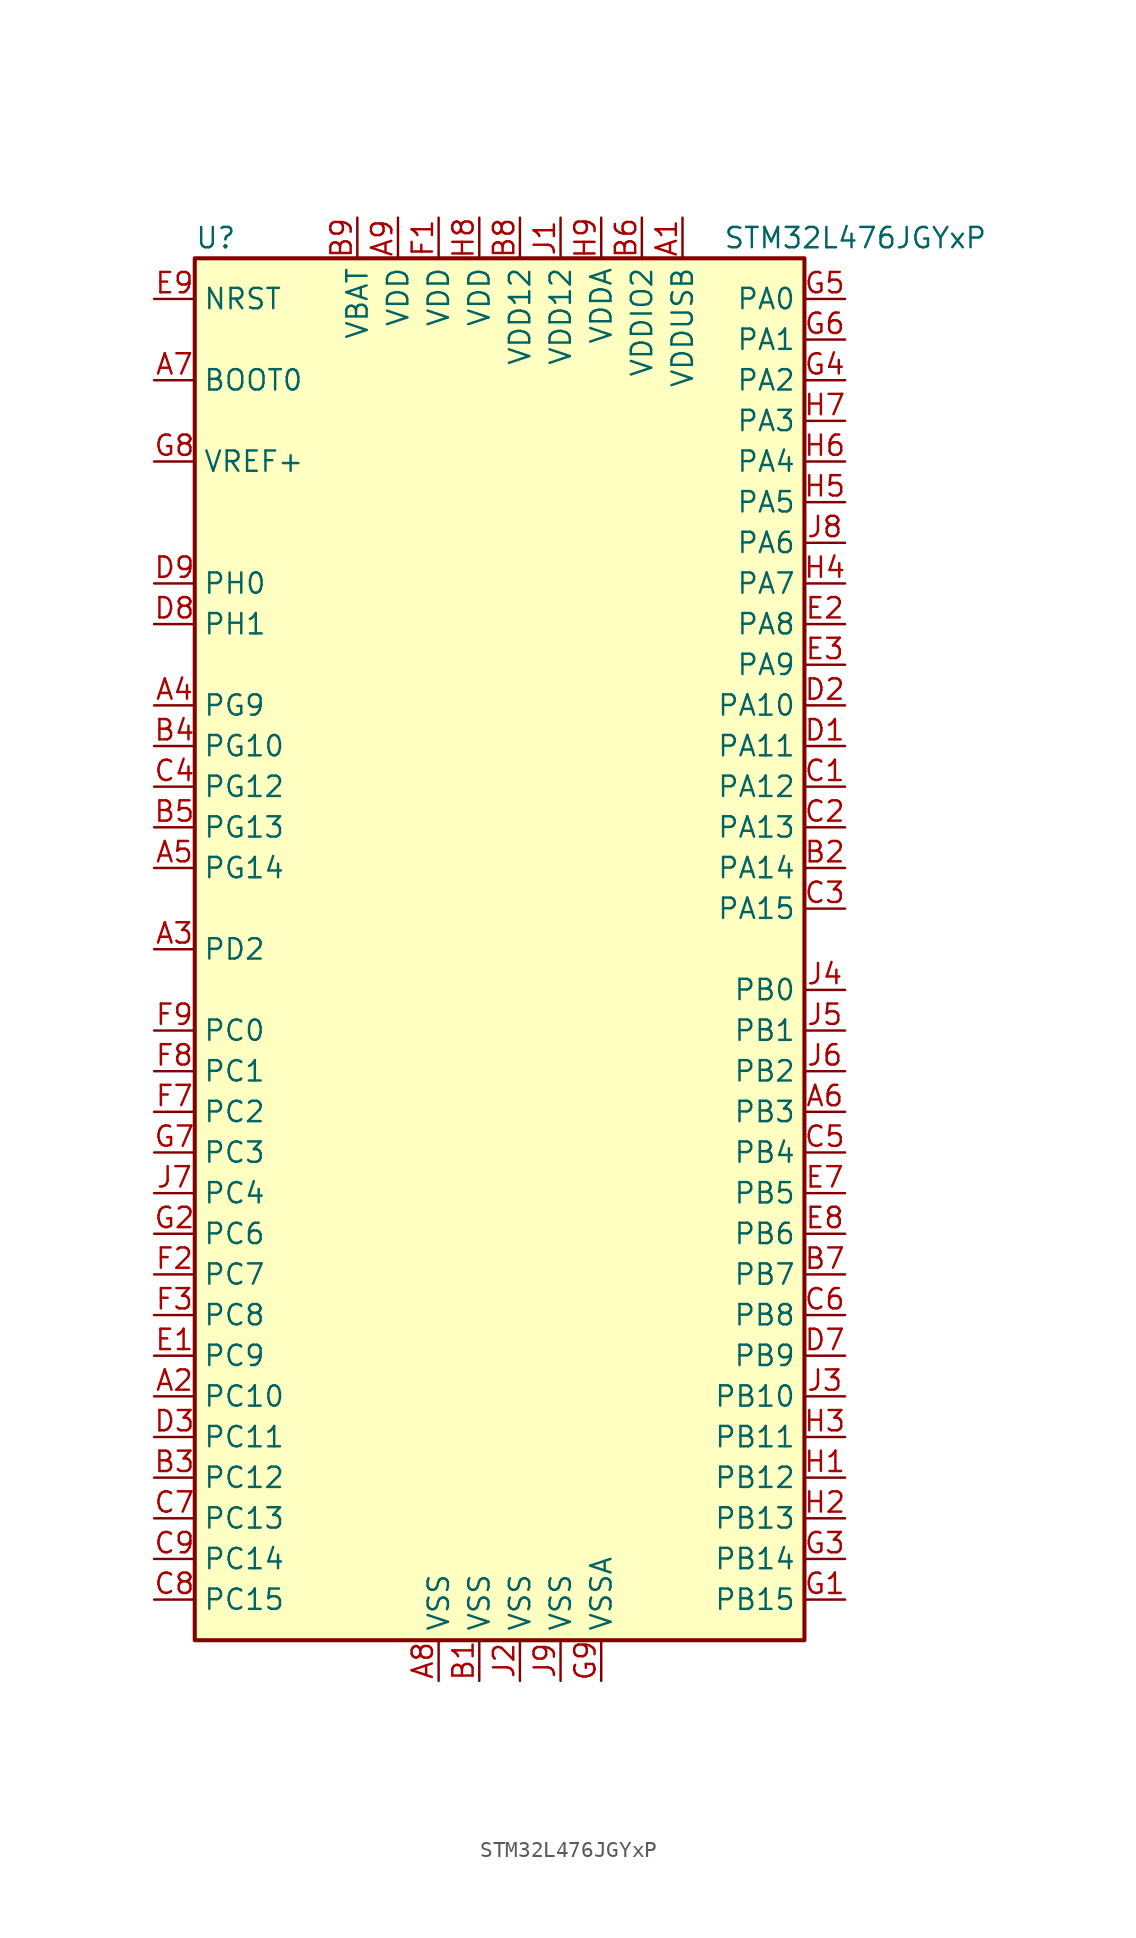
<source format=kicad_sym>
(kicad_symbol_lib
  (version 20220914)
  (generator kicad_symbol_editor)
  (symbol "STM32L476JGYxP"
    (property "Reference" "U"
      (at -20.32 44.45 0)
      (effects (font (size 1.27 1.27)) (justify left)))
    (property "Value" "STM32L476JGYxP"
      (at 12.7 44.45 0)
      (effects (font (size 1.27 1.27)) (justify left)))
    (symbol "STM32L476JGYxP_0_1"
      (rectangle (start -20.32 -43.18) (end 17.78 43.18) (stroke (width 0.254) (type default)) (fill (type background))))
    (symbol "STM32L476JGYxP_1_1"
      (pin power_in line (at 10.16 45.72 270) (length 2.54) (name "VDDUSB" (effects (font (size 1.27 1.27)))) (number "A1" (effects (font (size 1.27 1.27)))))
      (pin bidirectional line (at -22.86 -27.94 0) (length 2.54) (name "PC10" (effects (font (size 1.27 1.27)))) (number "A2" (effects (font (size 1.27 1.27)))))
      (pin bidirectional line (at -22.86 0 0) (length 2.54) (name "PD2" (effects (font (size 1.27 1.27)))) (number "A3" (effects (font (size 1.27 1.27)))))
      (pin bidirectional line (at -22.86 15.24 0) (length 2.54) (name "PG9" (effects (font (size 1.27 1.27)))) (number "A4" (effects (font (size 1.27 1.27)))))
      (pin bidirectional line (at -22.86 5.08 0) (length 2.54) (name "PG14" (effects (font (size 1.27 1.27)))) (number "A5" (effects (font (size 1.27 1.27)))))
      (pin bidirectional line (at 20.32 -10.16 180) (length 2.54) (name "PB3" (effects (font (size 1.27 1.27)))) (number "A6" (effects (font (size 1.27 1.27)))))
      (pin input line (at -22.86 35.56 0) (length 2.54) (name "BOOT0" (effects (font (size 1.27 1.27)))) (number "A7" (effects (font (size 1.27 1.27)))))
      (pin power_in line (at -5.08 -45.72 90) (length 2.54) (name "VSS" (effects (font (size 1.27 1.27)))) (number "A8" (effects (font (size 1.27 1.27)))))
      (pin power_in line (at -7.62 45.72 270) (length 2.54) (name "VDD" (effects (font (size 1.27 1.27)))) (number "A9" (effects (font (size 1.27 1.27)))))
      (pin power_in line (at -2.54 -45.72 90) (length 2.54) (name "VSS" (effects (font (size 1.27 1.27)))) (number "B1" (effects (font (size 1.27 1.27)))))
      (pin bidirectional line (at 20.32 5.08 180) (length 2.54) (name "PA14" (effects (font (size 1.27 1.27)))) (number "B2" (effects (font (size 1.27 1.27)))))
      (pin bidirectional line (at -22.86 -33.02 0) (length 2.54) (name "PC12" (effects (font (size 1.27 1.27)))) (number "B3" (effects (font (size 1.27 1.27)))))
      (pin bidirectional line (at -22.86 12.7 0) (length 2.54) (name "PG10" (effects (font (size 1.27 1.27)))) (number "B4" (effects (font (size 1.27 1.27)))))
      (pin bidirectional line (at -22.86 7.62 0) (length 2.54) (name "PG13" (effects (font (size 1.27 1.27)))) (number "B5" (effects (font (size 1.27 1.27)))))
      (pin power_in line (at 7.62 45.72 270) (length 2.54) (name "VDDIO2" (effects (font (size 1.27 1.27)))) (number "B6" (effects (font (size 1.27 1.27)))))
      (pin bidirectional line (at 20.32 -20.32 180) (length 2.54) (name "PB7" (effects (font (size 1.27 1.27)))) (number "B7" (effects (font (size 1.27 1.27)))))
      (pin power_in line (at 0 45.72 270) (length 2.54) (name "VDD12" (effects (font (size 1.27 1.27)))) (number "B8" (effects (font (size 1.27 1.27)))))
      (pin power_in line (at -10.16 45.72 270) (length 2.54) (name "VBAT" (effects (font (size 1.27 1.27)))) (number "B9" (effects (font (size 1.27 1.27)))))
      (pin bidirectional line (at 20.32 10.16 180) (length 2.54) (name "PA12" (effects (font (size 1.27 1.27)))) (number "C1" (effects (font (size 1.27 1.27)))))
      (pin bidirectional line (at 20.32 7.62 180) (length 2.54) (name "PA13" (effects (font (size 1.27 1.27)))) (number "C2" (effects (font (size 1.27 1.27)))))
      (pin bidirectional line (at 20.32 2.54 180) (length 2.54) (name "PA15" (effects (font (size 1.27 1.27)))) (number "C3" (effects (font (size 1.27 1.27)))))
      (pin bidirectional line (at -22.86 10.16 0) (length 2.54) (name "PG12" (effects (font (size 1.27 1.27)))) (number "C4" (effects (font (size 1.27 1.27)))))
      (pin bidirectional line (at 20.32 -12.7 180) (length 2.54) (name "PB4" (effects (font (size 1.27 1.27)))) (number "C5" (effects (font (size 1.27 1.27)))))
      (pin bidirectional line (at 20.32 -22.86 180) (length 2.54) (name "PB8" (effects (font (size 1.27 1.27)))) (number "C6" (effects (font (size 1.27 1.27)))))
      (pin bidirectional line (at -22.86 -35.56 0) (length 2.54) (name "PC13" (effects (font (size 1.27 1.27)))) (number "C7" (effects (font (size 1.27 1.27)))))
      (pin bidirectional line (at -22.86 -40.64 0) (length 2.54) (name "PC15" (effects (font (size 1.27 1.27)))) (number "C8" (effects (font (size 1.27 1.27)))))
      (pin bidirectional line (at -22.86 -38.1 0) (length 2.54) (name "PC14" (effects (font (size 1.27 1.27)))) (number "C9" (effects (font (size 1.27 1.27)))))
      (pin bidirectional line (at 20.32 12.7 180) (length 2.54) (name "PA11" (effects (font (size 1.27 1.27)))) (number "D1" (effects (font (size 1.27 1.27)))))
      (pin bidirectional line (at 20.32 15.24 180) (length 2.54) (name "PA10" (effects (font (size 1.27 1.27)))) (number "D2" (effects (font (size 1.27 1.27)))))
      (pin bidirectional line (at -22.86 -30.48 0) (length 2.54) (name "PC11" (effects (font (size 1.27 1.27)))) (number "D3" (effects (font (size 1.27 1.27)))))
      (pin bidirectional line (at 20.32 -25.4 180) (length 2.54) (name "PB9" (effects (font (size 1.27 1.27)))) (number "D7" (effects (font (size 1.27 1.27)))))
      (pin input line (at -22.86 20.32 0) (length 2.54) (name "PH1" (effects (font (size 1.27 1.27)))) (number "D8" (effects (font (size 1.27 1.27)))))
      (pin input line (at -22.86 22.86 0) (length 2.54) (name "PH0" (effects (font (size 1.27 1.27)))) (number "D9" (effects (font (size 1.27 1.27)))))
      (pin bidirectional line (at -22.86 -25.4 0) (length 2.54) (name "PC9" (effects (font (size 1.27 1.27)))) (number "E1" (effects (font (size 1.27 1.27)))))
      (pin bidirectional line (at 20.32 20.32 180) (length 2.54) (name "PA8" (effects (font (size 1.27 1.27)))) (number "E2" (effects (font (size 1.27 1.27)))))
      (pin bidirectional line (at 20.32 17.78 180) (length 2.54) (name "PA9" (effects (font (size 1.27 1.27)))) (number "E3" (effects (font (size 1.27 1.27)))))
      (pin bidirectional line (at 20.32 -15.24 180) (length 2.54) (name "PB5" (effects (font (size 1.27 1.27)))) (number "E7" (effects (font (size 1.27 1.27)))))
      (pin bidirectional line (at 20.32 -17.78 180) (length 2.54) (name "PB6" (effects (font (size 1.27 1.27)))) (number "E8" (effects (font (size 1.27 1.27)))))
      (pin input line (at -22.86 40.64 0) (length 2.54) (name "NRST" (effects (font (size 1.27 1.27)))) (number "E9" (effects (font (size 1.27 1.27)))))
      (pin power_in line (at -5.08 45.72 270) (length 2.54) (name "VDD" (effects (font (size 1.27 1.27)))) (number "F1" (effects (font (size 1.27 1.27)))))
      (pin bidirectional line (at -22.86 -20.32 0) (length 2.54) (name "PC7" (effects (font (size 1.27 1.27)))) (number "F2" (effects (font (size 1.27 1.27)))))
      (pin bidirectional line (at -22.86 -22.86 0) (length 2.54) (name "PC8" (effects (font (size 1.27 1.27)))) (number "F3" (effects (font (size 1.27 1.27)))))
      (pin bidirectional line (at -22.86 -10.16 0) (length 2.54) (name "PC2" (effects (font (size 1.27 1.27)))) (number "F7" (effects (font (size 1.27 1.27)))))
      (pin bidirectional line (at -22.86 -7.62 0) (length 2.54) (name "PC1" (effects (font (size 1.27 1.27)))) (number "F8" (effects (font (size 1.27 1.27)))))
      (pin bidirectional line (at -22.86 -5.08 0) (length 2.54) (name "PC0" (effects (font (size 1.27 1.27)))) (number "F9" (effects (font (size 1.27 1.27)))))
      (pin bidirectional line (at 20.32 -40.64 180) (length 2.54) (name "PB15" (effects (font (size 1.27 1.27)))) (number "G1" (effects (font (size 1.27 1.27)))))
      (pin bidirectional line (at -22.86 -17.78 0) (length 2.54) (name "PC6" (effects (font (size 1.27 1.27)))) (number "G2" (effects (font (size 1.27 1.27)))))
      (pin bidirectional line (at 20.32 -38.1 180) (length 2.54) (name "PB14" (effects (font (size 1.27 1.27)))) (number "G3" (effects (font (size 1.27 1.27)))))
      (pin bidirectional line (at 20.32 35.56 180) (length 2.54) (name "PA2" (effects (font (size 1.27 1.27)))) (number "G4" (effects (font (size 1.27 1.27)))))
      (pin bidirectional line (at 20.32 40.64 180) (length 2.54) (name "PA0" (effects (font (size 1.27 1.27)))) (number "G5" (effects (font (size 1.27 1.27)))))
      (pin bidirectional line (at 20.32 38.1 180) (length 2.54) (name "PA1" (effects (font (size 1.27 1.27)))) (number "G6" (effects (font (size 1.27 1.27)))))
      (pin bidirectional line (at -22.86 -12.7 0) (length 2.54) (name "PC3" (effects (font (size 1.27 1.27)))) (number "G7" (effects (font (size 1.27 1.27)))))
      (pin bidirectional line (at -22.86 30.48 0) (length 2.54) (name "VREF+" (effects (font (size 1.27 1.27)))) (number "G8" (effects (font (size 1.27 1.27)))))
      (pin power_in line (at 5.08 -45.72 90) (length 2.54) (name "VSSA" (effects (font (size 1.27 1.27)))) (number "G9" (effects (font (size 1.27 1.27)))))
      (pin bidirectional line (at 20.32 -33.02 180) (length 2.54) (name "PB12" (effects (font (size 1.27 1.27)))) (number "H1" (effects (font (size 1.27 1.27)))))
      (pin bidirectional line (at 20.32 -35.56 180) (length 2.54) (name "PB13" (effects (font (size 1.27 1.27)))) (number "H2" (effects (font (size 1.27 1.27)))))
      (pin bidirectional line (at 20.32 -30.48 180) (length 2.54) (name "PB11" (effects (font (size 1.27 1.27)))) (number "H3" (effects (font (size 1.27 1.27)))))
      (pin bidirectional line (at 20.32 22.86 180) (length 2.54) (name "PA7" (effects (font (size 1.27 1.27)))) (number "H4" (effects (font (size 1.27 1.27)))))
      (pin bidirectional line (at 20.32 27.94 180) (length 2.54) (name "PA5" (effects (font (size 1.27 1.27)))) (number "H5" (effects (font (size 1.27 1.27)))))
      (pin bidirectional line (at 20.32 30.48 180) (length 2.54) (name "PA4" (effects (font (size 1.27 1.27)))) (number "H6" (effects (font (size 1.27 1.27)))))
      (pin bidirectional line (at 20.32 33.02 180) (length 2.54) (name "PA3" (effects (font (size 1.27 1.27)))) (number "H7" (effects (font (size 1.27 1.27)))))
      (pin power_in line (at -2.54 45.72 270) (length 2.54) (name "VDD" (effects (font (size 1.27 1.27)))) (number "H8" (effects (font (size 1.27 1.27)))))
      (pin power_in line (at 5.08 45.72 270) (length 2.54) (name "VDDA" (effects (font (size 1.27 1.27)))) (number "H9" (effects (font (size 1.27 1.27)))))
      (pin power_in line (at 2.54 45.72 270) (length 2.54) (name "VDD12" (effects (font (size 1.27 1.27)))) (number "J1" (effects (font (size 1.27 1.27)))))
      (pin power_in line (at 0 -45.72 90) (length 2.54) (name "VSS" (effects (font (size 1.27 1.27)))) (number "J2" (effects (font (size 1.27 1.27)))))
      (pin bidirectional line (at 20.32 -27.94 180) (length 2.54) (name "PB10" (effects (font (size 1.27 1.27)))) (number "J3" (effects (font (size 1.27 1.27)))))
      (pin bidirectional line (at 20.32 -2.54 180) (length 2.54) (name "PB0" (effects (font (size 1.27 1.27)))) (number "J4" (effects (font (size 1.27 1.27)))))
      (pin bidirectional line (at 20.32 -5.08 180) (length 2.54) (name "PB1" (effects (font (size 1.27 1.27)))) (number "J5" (effects (font (size 1.27 1.27)))))
      (pin bidirectional line (at 20.32 -7.62 180) (length 2.54) (name "PB2" (effects (font (size 1.27 1.27)))) (number "J6" (effects (font (size 1.27 1.27)))))
      (pin bidirectional line (at -22.86 -15.24 0) (length 2.54) (name "PC4" (effects (font (size 1.27 1.27)))) (number "J7" (effects (font (size 1.27 1.27)))))
      (pin bidirectional line (at 20.32 25.4 180) (length 2.54) (name "PA6" (effects (font (size 1.27 1.27)))) (number "J8" (effects (font (size 1.27 1.27)))))
      (pin power_in line (at 2.54 -45.72 90) (length 2.54) (name "VSS" (effects (font (size 1.27 1.27)))) (number "J9" (effects (font (size 1.27 1.27))))))))
</source>
